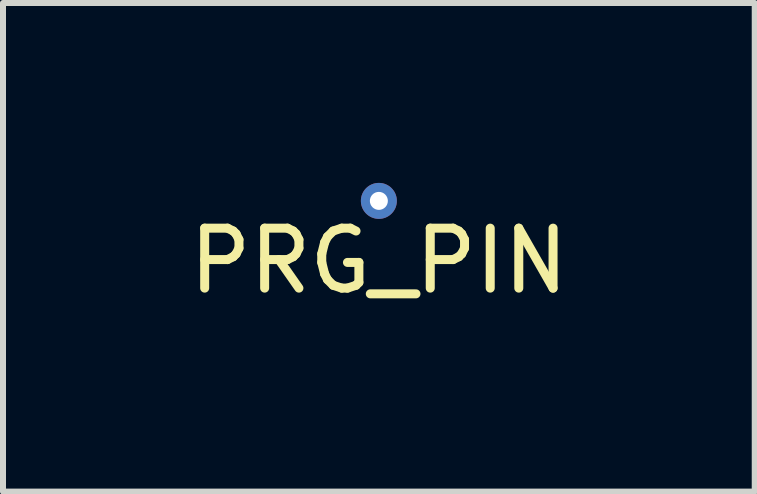
<source format=kicad_pcb>
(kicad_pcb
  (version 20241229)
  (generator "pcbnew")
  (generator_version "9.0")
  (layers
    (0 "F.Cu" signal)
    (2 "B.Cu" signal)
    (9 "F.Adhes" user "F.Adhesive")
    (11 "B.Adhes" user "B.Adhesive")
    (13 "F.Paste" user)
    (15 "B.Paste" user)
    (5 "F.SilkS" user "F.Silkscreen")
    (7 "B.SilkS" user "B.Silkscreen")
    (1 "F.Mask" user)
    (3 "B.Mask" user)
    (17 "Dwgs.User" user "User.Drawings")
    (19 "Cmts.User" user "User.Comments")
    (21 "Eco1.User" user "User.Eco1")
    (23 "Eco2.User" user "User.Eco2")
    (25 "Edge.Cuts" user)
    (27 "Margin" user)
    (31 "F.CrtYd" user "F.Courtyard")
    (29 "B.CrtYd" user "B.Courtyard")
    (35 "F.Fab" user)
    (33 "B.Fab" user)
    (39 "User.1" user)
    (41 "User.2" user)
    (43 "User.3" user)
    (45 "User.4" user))
  (footprint "PRG_PIN"
    (layer "F.Cu")
    (at 3.268 0.3)
    (property "Reference" "PRG_PIN" (at 0 1 0) (layer "F.SilkS") (effects (font (size 1 1) (thickness 0.15))))
    (attr through_hole)
    (pad "1" thru_hole circle (at 0 0) (size 0.6 0.6) (drill 0.3) (layers "*.Cu" "*.Mask")))
  (gr_rect
    (start -3 -3)
    (end 9.536 5.148)
    (stroke (width 0.1) (type default))
    (fill no)
    (layer "Edge.Cuts")))
</source>
